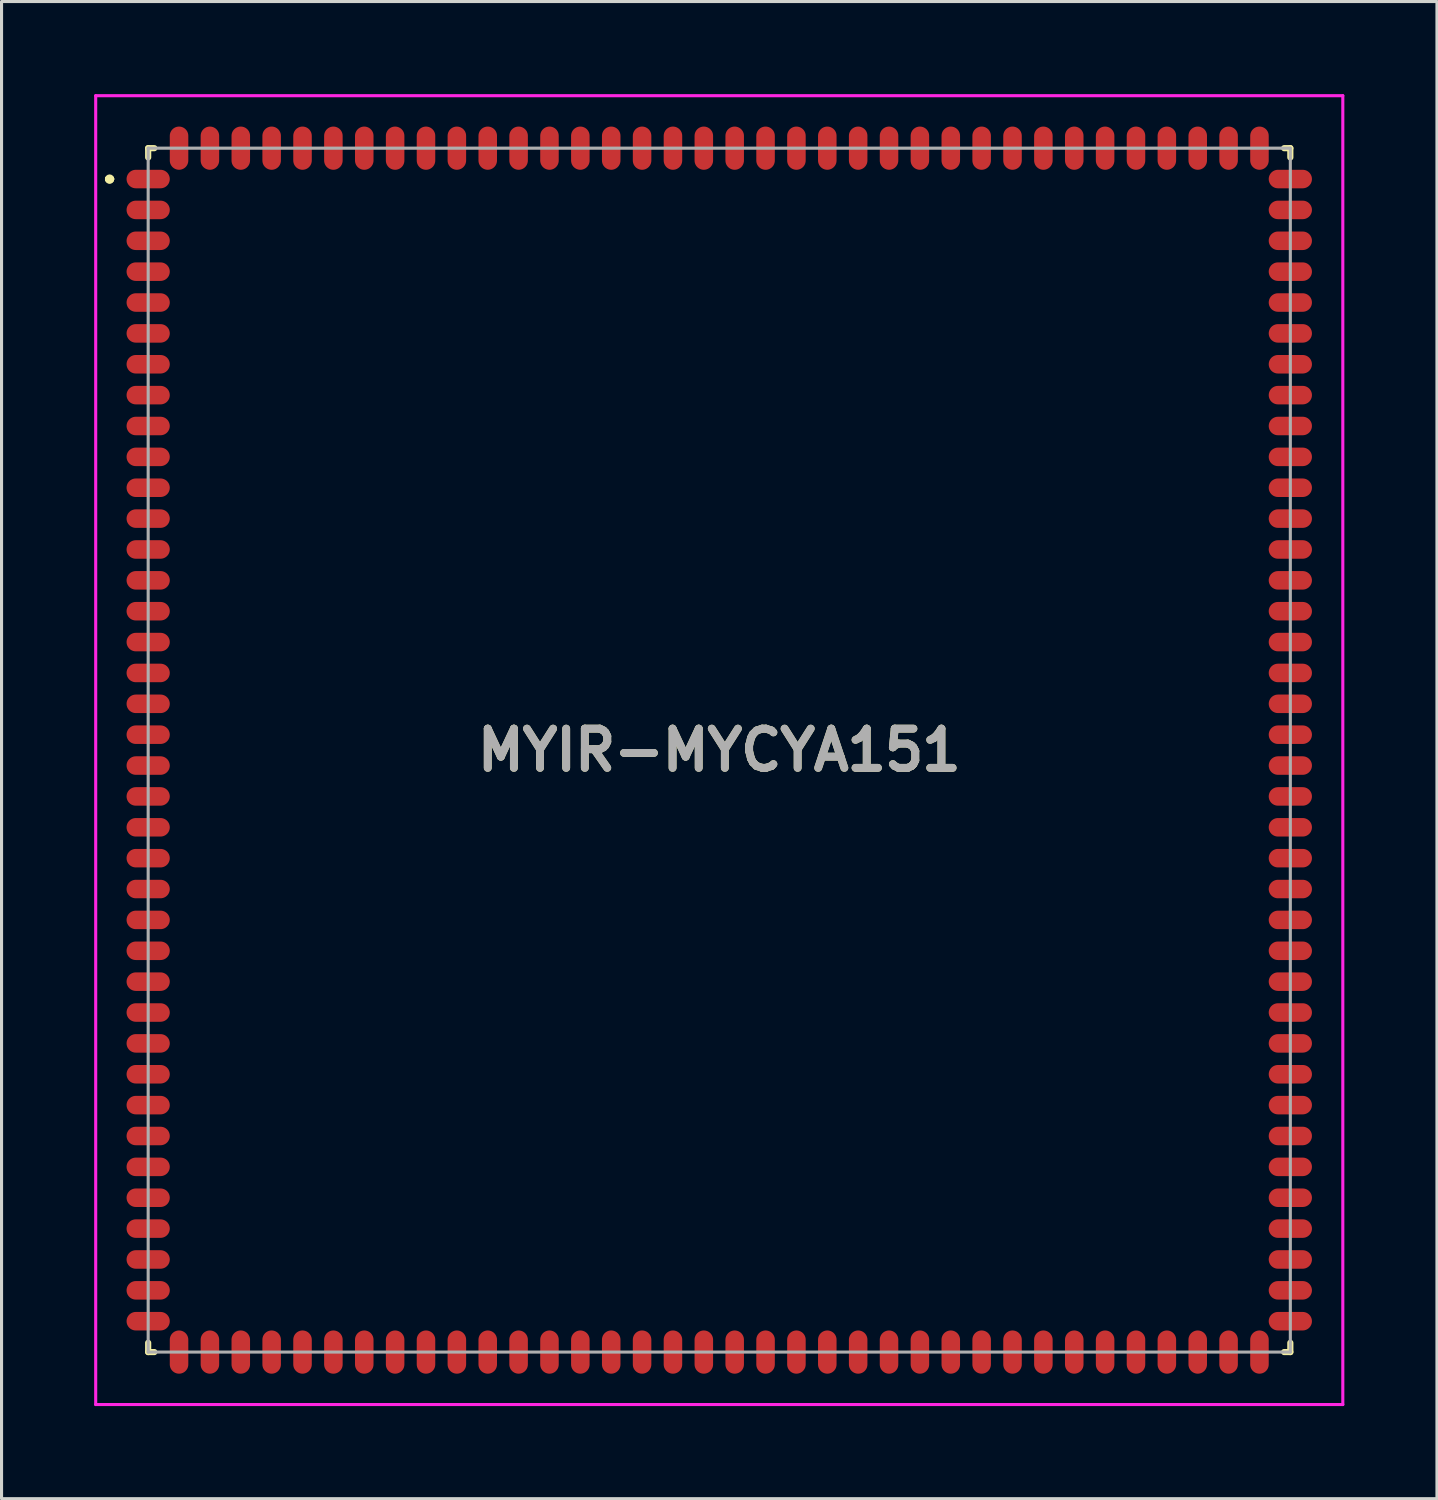
<source format=kicad_pcb>
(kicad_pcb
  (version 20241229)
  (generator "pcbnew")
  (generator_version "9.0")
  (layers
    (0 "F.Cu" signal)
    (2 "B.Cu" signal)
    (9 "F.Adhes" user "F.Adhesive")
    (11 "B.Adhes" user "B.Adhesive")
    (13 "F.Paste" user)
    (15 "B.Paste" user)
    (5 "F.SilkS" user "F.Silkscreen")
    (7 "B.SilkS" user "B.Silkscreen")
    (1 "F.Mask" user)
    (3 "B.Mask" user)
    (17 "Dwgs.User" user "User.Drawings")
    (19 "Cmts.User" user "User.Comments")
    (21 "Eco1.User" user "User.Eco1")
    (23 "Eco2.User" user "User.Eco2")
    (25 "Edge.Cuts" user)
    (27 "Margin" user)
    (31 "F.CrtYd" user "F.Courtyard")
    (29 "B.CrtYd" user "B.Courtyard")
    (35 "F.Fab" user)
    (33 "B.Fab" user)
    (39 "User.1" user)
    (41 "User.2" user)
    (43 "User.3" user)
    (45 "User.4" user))
  (footprint "MYIR-MYCYA151"
    (layer "F.Cu")
    (at 20.25 21.25)
    (property "Reference" "MYIR-MYCYA151" (at 0 0 0) (layer "F.SilkS") (effects (font (size 1.27 1.27) (thickness 0.254))))
    (attr smd)
    (fp_line (start -19.8 -18.5) (end -19.8 -18.5) (stroke (width 0.2) (type solid)) (layer "F.SilkS"))
    (fp_line (start -19.8 -18.5) (end -19.8 -18.5) (stroke (width 0.2) (type solid)) (layer "F.SilkS"))
    (fp_line (start -19.7 -18.5) (end -19.7 -18.5) (stroke (width 0.2) (type solid)) (layer "F.SilkS"))
    (fp_line (start -18.5 -19.5) (end -18.5 -19.2) (stroke (width 0.2) (type solid)) (layer "F.SilkS"))
    (fp_line (start -18.5 19.2) (end -18.5 19.5) (stroke (width 0.2) (type solid)) (layer "F.SilkS"))
    (fp_line (start -18.5 19.5) (end -18.3 19.5) (stroke (width 0.2) (type solid)) (layer "F.SilkS"))
    (fp_line (start -18.3 -19.5) (end -18.5 -19.5) (stroke (width 0.2) (type solid)) (layer "F.SilkS"))
    (fp_line (start 18.3 -19.5) (end 18.5 -19.5) (stroke (width 0.2) (type solid)) (layer "F.SilkS"))
    (fp_line (start 18.3 19.5) (end 18.5 19.5) (stroke (width 0.2) (type solid)) (layer "F.SilkS"))
    (fp_line (start 18.5 -19.5) (end 18.5 -19.2) (stroke (width 0.2) (type solid)) (layer "F.SilkS"))
    (fp_line (start 18.5 19.5) (end 18.5 19.2) (stroke (width 0.2) (type solid)) (layer "F.SilkS"))
    (fp_arc (start -19.8 -18.5) (mid -19.75 -18.55) (end -19.7 -18.5) (stroke (width 0.2) (type solid)) (layer "F.SilkS"))
    (fp_arc (start -19.7 -18.5) (mid -19.75 -18.45) (end -19.8 -18.5) (stroke (width 0.2) (type solid)) (layer "F.SilkS"))
    (fp_arc (start -19.7 -18.5) (mid -19.75 -18.45) (end -19.8 -18.5) (stroke (width 0.2) (type solid)) (layer "F.SilkS"))
    (fp_line (start -20.2 -21.2) (end 20.2 -21.2) (stroke (width 0.1) (type solid)) (layer "F.CrtYd"))
    (fp_line (start -20.2 21.2) (end -20.2 -21.2) (stroke (width 0.1) (type solid)) (layer "F.CrtYd"))
    (fp_line (start 20.2 -21.2) (end 20.2 21.2) (stroke (width 0.1) (type solid)) (layer "F.CrtYd"))
    (fp_line (start 20.2 21.2) (end -20.2 21.2) (stroke (width 0.1) (type solid)) (layer "F.CrtYd"))
    (fp_line (start -18.5 -19.5) (end -18.5 19.5) (stroke (width 0.1) (type solid)) (layer "F.Fab"))
    (fp_line (start -18.5 19.5) (end 18.5 19.5) (stroke (width 0.1) (type solid)) (layer "F.Fab"))
    (fp_line (start 18.5 -19.5) (end -18.5 -19.5) (stroke (width 0.1) (type solid)) (layer "F.Fab"))
    (fp_line (start 18.5 19.5) (end 18.5 -19.5) (stroke (width 0.1) (type solid)) (layer "F.Fab"))
    (fp_text user "${REFERENCE}" (at 0 0 0) (layer "F.Fab") (effects (font (size 1.27 1.27) (thickness 0.254))))
    (pad "1" smd oval (at -18.5 -18.5 90) (size 0.6 1.4) (layers "F.Cu" "F.Mask" "F.Paste"))
    (pad "2" smd oval (at -18.5 -17.5 90) (size 0.6 1.4) (layers "F.Cu" "F.Mask" "F.Paste"))
    (pad "3" smd oval (at -18.5 -16.5 90) (size 0.6 1.4) (layers "F.Cu" "F.Mask" "F.Paste"))
    (pad "4" smd oval (at -18.5 -15.5 90) (size 0.6 1.4) (layers "F.Cu" "F.Mask" "F.Paste"))
    (pad "5" smd oval (at -18.5 -14.5 90) (size 0.6 1.4) (layers "F.Cu" "F.Mask" "F.Paste"))
    (pad "6" smd oval (at -18.5 -13.5 90) (size 0.6 1.4) (layers "F.Cu" "F.Mask" "F.Paste"))
    (pad "7" smd oval (at -18.5 -12.5 90) (size 0.6 1.4) (layers "F.Cu" "F.Mask" "F.Paste"))
    (pad "8" smd oval (at -18.5 -11.5 90) (size 0.6 1.4) (layers "F.Cu" "F.Mask" "F.Paste"))
    (pad "9" smd oval (at -18.5 -10.5 90) (size 0.6 1.4) (layers "F.Cu" "F.Mask" "F.Paste"))
    (pad "10" smd oval (at -18.5 -9.5 90) (size 0.6 1.4) (layers "F.Cu" "F.Mask" "F.Paste"))
    (pad "11" smd oval (at -18.5 -8.5 90) (size 0.6 1.4) (layers "F.Cu" "F.Mask" "F.Paste"))
    (pad "12" smd oval (at -18.5 -7.5 90) (size 0.6 1.4) (layers "F.Cu" "F.Mask" "F.Paste"))
    (pad "13" smd oval (at -18.5 -6.5 90) (size 0.6 1.4) (layers "F.Cu" "F.Mask" "F.Paste"))
    (pad "14" smd oval (at -18.5 -5.5 90) (size 0.6 1.4) (layers "F.Cu" "F.Mask" "F.Paste"))
    (pad "15" smd oval (at -18.5 -4.5 90) (size 0.6 1.4) (layers "F.Cu" "F.Mask" "F.Paste"))
    (pad "16" smd oval (at -18.5 -3.5 90) (size 0.6 1.4) (layers "F.Cu" "F.Mask" "F.Paste"))
    (pad "17" smd oval (at -18.5 -2.5 90) (size 0.6 1.4) (layers "F.Cu" "F.Mask" "F.Paste"))
    (pad "18" smd oval (at -18.5 -1.5 90) (size 0.6 1.4) (layers "F.Cu" "F.Mask" "F.Paste"))
    (pad "19" smd oval (at -18.5 -0.5 90) (size 0.6 1.4) (layers "F.Cu" "F.Mask" "F.Paste"))
    (pad "20" smd oval (at -18.5 0.5 90) (size 0.6 1.4) (layers "F.Cu" "F.Mask" "F.Paste"))
    (pad "21" smd oval (at -18.5 1.5 90) (size 0.6 1.4) (layers "F.Cu" "F.Mask" "F.Paste"))
    (pad "22" smd oval (at -18.5 2.5 90) (size 0.6 1.4) (layers "F.Cu" "F.Mask" "F.Paste"))
    (pad "23" smd oval (at -18.5 3.5 90) (size 0.6 1.4) (layers "F.Cu" "F.Mask" "F.Paste"))
    (pad "24" smd oval (at -18.5 4.5 90) (size 0.6 1.4) (layers "F.Cu" "F.Mask" "F.Paste"))
    (pad "25" smd oval (at -18.5 5.5 90) (size 0.6 1.4) (layers "F.Cu" "F.Mask" "F.Paste"))
    (pad "26" smd oval (at -18.5 6.5 90) (size 0.6 1.4) (layers "F.Cu" "F.Mask" "F.Paste"))
    (pad "27" smd oval (at -18.5 7.5 90) (size 0.6 1.4) (layers "F.Cu" "F.Mask" "F.Paste"))
    (pad "28" smd oval (at -18.5 8.5 90) (size 0.6 1.4) (layers "F.Cu" "F.Mask" "F.Paste"))
    (pad "29" smd oval (at -18.5 9.5 90) (size 0.6 1.4) (layers "F.Cu" "F.Mask" "F.Paste"))
    (pad "30" smd oval (at -18.5 10.5 90) (size 0.6 1.4) (layers "F.Cu" "F.Mask" "F.Paste"))
    (pad "31" smd oval (at -18.5 11.5 90) (size 0.6 1.4) (layers "F.Cu" "F.Mask" "F.Paste"))
    (pad "32" smd oval (at -18.5 12.5 90) (size 0.6 1.4) (layers "F.Cu" "F.Mask" "F.Paste"))
    (pad "33" smd oval (at -18.5 13.5 90) (size 0.6 1.4) (layers "F.Cu" "F.Mask" "F.Paste"))
    (pad "34" smd oval (at -18.5 14.5 90) (size 0.6 1.4) (layers "F.Cu" "F.Mask" "F.Paste"))
    (pad "35" smd oval (at -18.5 15.5 90) (size 0.6 1.4) (layers "F.Cu" "F.Mask" "F.Paste"))
    (pad "36" smd oval (at -18.5 16.5 90) (size 0.6 1.4) (layers "F.Cu" "F.Mask" "F.Paste"))
    (pad "37" smd oval (at -18.5 17.5 90) (size 0.6 1.4) (layers "F.Cu" "F.Mask" "F.Paste"))
    (pad "38" smd oval (at -18.5 18.5 90) (size 0.6 1.4) (layers "F.Cu" "F.Mask" "F.Paste"))
    (pad "39" smd oval (at -17.5 19.5) (size 0.6 1.4) (layers "F.Cu" "F.Mask" "F.Paste"))
    (pad "40" smd oval (at -16.5 19.5) (size 0.6 1.4) (layers "F.Cu" "F.Mask" "F.Paste"))
    (pad "41" smd oval (at -15.5 19.5) (size 0.6 1.4) (layers "F.Cu" "F.Mask" "F.Paste"))
    (pad "42" smd oval (at -14.5 19.5) (size 0.6 1.4) (layers "F.Cu" "F.Mask" "F.Paste"))
    (pad "43" smd oval (at -13.5 19.5) (size 0.6 1.4) (layers "F.Cu" "F.Mask" "F.Paste"))
    (pad "44" smd oval (at -12.5 19.5) (size 0.6 1.4) (layers "F.Cu" "F.Mask" "F.Paste"))
    (pad "45" smd oval (at -11.5 19.5) (size 0.6 1.4) (layers "F.Cu" "F.Mask" "F.Paste"))
    (pad "46" smd oval (at -10.5 19.5) (size 0.6 1.4) (layers "F.Cu" "F.Mask" "F.Paste"))
    (pad "47" smd oval (at -9.5 19.5) (size 0.6 1.4) (layers "F.Cu" "F.Mask" "F.Paste"))
    (pad "48" smd oval (at -8.5 19.5) (size 0.6 1.4) (layers "F.Cu" "F.Mask" "F.Paste"))
    (pad "49" smd oval (at -7.5 19.5) (size 0.6 1.4) (layers "F.Cu" "F.Mask" "F.Paste"))
    (pad "50" smd oval (at -6.5 19.5) (size 0.6 1.4) (layers "F.Cu" "F.Mask" "F.Paste"))
    (pad "51" smd oval (at -5.5 19.5) (size 0.6 1.4) (layers "F.Cu" "F.Mask" "F.Paste"))
    (pad "52" smd oval (at -4.5 19.5) (size 0.6 1.4) (layers "F.Cu" "F.Mask" "F.Paste"))
    (pad "53" smd oval (at -3.5 19.5) (size 0.6 1.4) (layers "F.Cu" "F.Mask" "F.Paste"))
    (pad "54" smd oval (at -2.5 19.5) (size 0.6 1.4) (layers "F.Cu" "F.Mask" "F.Paste"))
    (pad "55" smd oval (at -1.5 19.5) (size 0.6 1.4) (layers "F.Cu" "F.Mask" "F.Paste"))
    (pad "56" smd oval (at -0.5 19.5) (size 0.6 1.4) (layers "F.Cu" "F.Mask" "F.Paste"))
    (pad "57" smd oval (at 0.5 19.5) (size 0.6 1.4) (layers "F.Cu" "F.Mask" "F.Paste"))
    (pad "58" smd oval (at 1.5 19.5) (size 0.6 1.4) (layers "F.Cu" "F.Mask" "F.Paste"))
    (pad "59" smd oval (at 2.5 19.5) (size 0.6 1.4) (layers "F.Cu" "F.Mask" "F.Paste"))
    (pad "60" smd oval (at 3.5 19.5) (size 0.6 1.4) (layers "F.Cu" "F.Mask" "F.Paste"))
    (pad "61" smd oval (at 4.5 19.5) (size 0.6 1.4) (layers "F.Cu" "F.Mask" "F.Paste"))
    (pad "62" smd oval (at 5.5 19.5) (size 0.6 1.4) (layers "F.Cu" "F.Mask" "F.Paste"))
    (pad "63" smd oval (at 6.5 19.5) (size 0.6 1.4) (layers "F.Cu" "F.Mask" "F.Paste"))
    (pad "64" smd oval (at 7.5 19.5) (size 0.6 1.4) (layers "F.Cu" "F.Mask" "F.Paste"))
    (pad "65" smd oval (at 8.5 19.5) (size 0.6 1.4) (layers "F.Cu" "F.Mask" "F.Paste"))
    (pad "66" smd oval (at 9.5 19.5) (size 0.6 1.4) (layers "F.Cu" "F.Mask" "F.Paste"))
    (pad "67" smd oval (at 10.5 19.5) (size 0.6 1.4) (layers "F.Cu" "F.Mask" "F.Paste"))
    (pad "68" smd oval (at 11.5 19.5) (size 0.6 1.4) (layers "F.Cu" "F.Mask" "F.Paste"))
    (pad "69" smd oval (at 12.5 19.5) (size 0.6 1.4) (layers "F.Cu" "F.Mask" "F.Paste"))
    (pad "70" smd oval (at 13.5 19.5) (size 0.6 1.4) (layers "F.Cu" "F.Mask" "F.Paste"))
    (pad "71" smd oval (at 14.5 19.5) (size 0.6 1.4) (layers "F.Cu" "F.Mask" "F.Paste"))
    (pad "72" smd oval (at 15.5 19.5) (size 0.6 1.4) (layers "F.Cu" "F.Mask" "F.Paste"))
    (pad "73" smd oval (at 16.5 19.5) (size 0.6 1.4) (layers "F.Cu" "F.Mask" "F.Paste"))
    (pad "74" smd oval (at 17.5 19.5) (size 0.6 1.4) (layers "F.Cu" "F.Mask" "F.Paste"))
    (pad "75" smd oval (at 18.5 18.5 90) (size 0.6 1.4) (layers "F.Cu" "F.Mask" "F.Paste"))
    (pad "76" smd oval (at 18.5 17.5 90) (size 0.6 1.4) (layers "F.Cu" "F.Mask" "F.Paste"))
    (pad "77" smd oval (at 18.5 16.5 90) (size 0.6 1.4) (layers "F.Cu" "F.Mask" "F.Paste"))
    (pad "78" smd oval (at 18.5 15.5 90) (size 0.6 1.4) (layers "F.Cu" "F.Mask" "F.Paste"))
    (pad "79" smd oval (at 18.5 14.5 90) (size 0.6 1.4) (layers "F.Cu" "F.Mask" "F.Paste"))
    (pad "80" smd oval (at 18.5 13.5 90) (size 0.6 1.4) (layers "F.Cu" "F.Mask" "F.Paste"))
    (pad "81" smd oval (at 18.5 12.5 90) (size 0.6 1.4) (layers "F.Cu" "F.Mask" "F.Paste"))
    (pad "82" smd oval (at 18.5 11.5 90) (size 0.6 1.4) (layers "F.Cu" "F.Mask" "F.Paste"))
    (pad "83" smd oval (at 18.5 10.5 90) (size 0.6 1.4) (layers "F.Cu" "F.Mask" "F.Paste"))
    (pad "84" smd oval (at 18.5 9.5 90) (size 0.6 1.4) (layers "F.Cu" "F.Mask" "F.Paste"))
    (pad "85" smd oval (at 18.5 8.5 90) (size 0.6 1.4) (layers "F.Cu" "F.Mask" "F.Paste"))
    (pad "86" smd oval (at 18.5 7.5 90) (size 0.6 1.4) (layers "F.Cu" "F.Mask" "F.Paste"))
    (pad "87" smd oval (at 18.5 6.5 90) (size 0.6 1.4) (layers "F.Cu" "F.Mask" "F.Paste"))
    (pad "88" smd oval (at 18.5 5.5 90) (size 0.6 1.4) (layers "F.Cu" "F.Mask" "F.Paste"))
    (pad "89" smd oval (at 18.5 4.5 90) (size 0.6 1.4) (layers "F.Cu" "F.Mask" "F.Paste"))
    (pad "90" smd oval (at 18.5 3.5 90) (size 0.6 1.4) (layers "F.Cu" "F.Mask" "F.Paste"))
    (pad "91" smd oval (at 18.5 2.5 90) (size 0.6 1.4) (layers "F.Cu" "F.Mask" "F.Paste"))
    (pad "92" smd oval (at 18.5 1.5 90) (size 0.6 1.4) (layers "F.Cu" "F.Mask" "F.Paste"))
    (pad "93" smd oval (at 18.5 0.5 90) (size 0.6 1.4) (layers "F.Cu" "F.Mask" "F.Paste"))
    (pad "94" smd oval (at 18.5 -0.5 90) (size 0.6 1.4) (layers "F.Cu" "F.Mask" "F.Paste"))
    (pad "95" smd oval (at 18.5 -1.5 90) (size 0.6 1.4) (layers "F.Cu" "F.Mask" "F.Paste"))
    (pad "96" smd oval (at 18.5 -2.5 90) (size 0.6 1.4) (layers "F.Cu" "F.Mask" "F.Paste"))
    (pad "97" smd oval (at 18.5 -3.5 90) (size 0.6 1.4) (layers "F.Cu" "F.Mask" "F.Paste"))
    (pad "98" smd oval (at 18.5 -4.5 90) (size 0.6 1.4) (layers "F.Cu" "F.Mask" "F.Paste"))
    (pad "99" smd oval (at 18.5 -5.5 90) (size 0.6 1.4) (layers "F.Cu" "F.Mask" "F.Paste"))
    (pad "100" smd oval (at 18.5 -6.5 90) (size 0.6 1.4) (layers "F.Cu" "F.Mask" "F.Paste"))
    (pad "101" smd oval (at 18.5 -7.5 90) (size 0.6 1.4) (layers "F.Cu" "F.Mask" "F.Paste"))
    (pad "102" smd oval (at 18.5 -8.5 90) (size 0.6 1.4) (layers "F.Cu" "F.Mask" "F.Paste"))
    (pad "103" smd oval (at 18.5 -9.5 90) (size 0.6 1.4) (layers "F.Cu" "F.Mask" "F.Paste"))
    (pad "104" smd oval (at 18.5 -10.5 90) (size 0.6 1.4) (layers "F.Cu" "F.Mask" "F.Paste"))
    (pad "105" smd oval (at 18.5 -11.5 90) (size 0.6 1.4) (layers "F.Cu" "F.Mask" "F.Paste"))
    (pad "106" smd oval (at 18.5 -12.5 90) (size 0.6 1.4) (layers "F.Cu" "F.Mask" "F.Paste"))
    (pad "107" smd oval (at 18.5 -13.5 90) (size 0.6 1.4) (layers "F.Cu" "F.Mask" "F.Paste"))
    (pad "108" smd oval (at 18.5 -14.5 90) (size 0.6 1.4) (layers "F.Cu" "F.Mask" "F.Paste"))
    (pad "109" smd oval (at 18.5 -15.5 90) (size 0.6 1.4) (layers "F.Cu" "F.Mask" "F.Paste"))
    (pad "110" smd oval (at 18.5 -16.5 90) (size 0.6 1.4) (layers "F.Cu" "F.Mask" "F.Paste"))
    (pad "111" smd oval (at 18.5 -17.5 90) (size 0.6 1.4) (layers "F.Cu" "F.Mask" "F.Paste"))
    (pad "112" smd oval (at 18.5 -18.5 90) (size 0.6 1.4) (layers "F.Cu" "F.Mask" "F.Paste"))
    (pad "113" smd oval (at 17.5 -19.5) (size 0.6 1.4) (layers "F.Cu" "F.Mask" "F.Paste"))
    (pad "114" smd oval (at 16.5 -19.5) (size 0.6 1.4) (layers "F.Cu" "F.Mask" "F.Paste"))
    (pad "115" smd oval (at 15.5 -19.5) (size 0.6 1.4) (layers "F.Cu" "F.Mask" "F.Paste"))
    (pad "116" smd oval (at 14.5 -19.5) (size 0.6 1.4) (layers "F.Cu" "F.Mask" "F.Paste"))
    (pad "117" smd oval (at 13.5 -19.5) (size 0.6 1.4) (layers "F.Cu" "F.Mask" "F.Paste"))
    (pad "118" smd oval (at 12.5 -19.5) (size 0.6 1.4) (layers "F.Cu" "F.Mask" "F.Paste"))
    (pad "119" smd oval (at 11.5 -19.5) (size 0.6 1.4) (layers "F.Cu" "F.Mask" "F.Paste"))
    (pad "120" smd oval (at 10.5 -19.5) (size 0.6 1.4) (layers "F.Cu" "F.Mask" "F.Paste"))
    (pad "121" smd oval (at 9.5 -19.5) (size 0.6 1.4) (layers "F.Cu" "F.Mask" "F.Paste"))
    (pad "122" smd oval (at 8.5 -19.5) (size 0.6 1.4) (layers "F.Cu" "F.Mask" "F.Paste"))
    (pad "123" smd oval (at 7.5 -19.5) (size 0.6 1.4) (layers "F.Cu" "F.Mask" "F.Paste"))
    (pad "124" smd oval (at 6.5 -19.5) (size 0.6 1.4) (layers "F.Cu" "F.Mask" "F.Paste"))
    (pad "125" smd oval (at 5.5 -19.5) (size 0.6 1.4) (layers "F.Cu" "F.Mask" "F.Paste"))
    (pad "126" smd oval (at 4.5 -19.5) (size 0.6 1.4) (layers "F.Cu" "F.Mask" "F.Paste"))
    (pad "127" smd oval (at 3.5 -19.5) (size 0.6 1.4) (layers "F.Cu" "F.Mask" "F.Paste"))
    (pad "128" smd oval (at 2.5 -19.5) (size 0.6 1.4) (layers "F.Cu" "F.Mask" "F.Paste"))
    (pad "129" smd oval (at 1.5 -19.5) (size 0.6 1.4) (layers "F.Cu" "F.Mask" "F.Paste"))
    (pad "130" smd oval (at 0.5 -19.5) (size 0.6 1.4) (layers "F.Cu" "F.Mask" "F.Paste"))
    (pad "131" smd oval (at -0.5 -19.5) (size 0.6 1.4) (layers "F.Cu" "F.Mask" "F.Paste"))
    (pad "132" smd oval (at -1.5 -19.5) (size 0.6 1.4) (layers "F.Cu" "F.Mask" "F.Paste"))
    (pad "133" smd oval (at -2.5 -19.5) (size 0.6 1.4) (layers "F.Cu" "F.Mask" "F.Paste"))
    (pad "134" smd oval (at -3.5 -19.5) (size 0.6 1.4) (layers "F.Cu" "F.Mask" "F.Paste"))
    (pad "135" smd oval (at -4.5 -19.5) (size 0.6 1.4) (layers "F.Cu" "F.Mask" "F.Paste"))
    (pad "136" smd oval (at -5.5 -19.5) (size 0.6 1.4) (layers "F.Cu" "F.Mask" "F.Paste"))
    (pad "137" smd oval (at -6.5 -19.5) (size 0.6 1.4) (layers "F.Cu" "F.Mask" "F.Paste"))
    (pad "138" smd oval (at -7.5 -19.5) (size 0.6 1.4) (layers "F.Cu" "F.Mask" "F.Paste"))
    (pad "139" smd oval (at -8.5 -19.5) (size 0.6 1.4) (layers "F.Cu" "F.Mask" "F.Paste"))
    (pad "140" smd oval (at -9.5 -19.5) (size 0.6 1.4) (layers "F.Cu" "F.Mask" "F.Paste"))
    (pad "141" smd oval (at -10.5 -19.5) (size 0.6 1.4) (layers "F.Cu" "F.Mask" "F.Paste"))
    (pad "142" smd oval (at -11.5 -19.5) (size 0.6 1.4) (layers "F.Cu" "F.Mask" "F.Paste"))
    (pad "143" smd oval (at -12.5 -19.5) (size 0.6 1.4) (layers "F.Cu" "F.Mask" "F.Paste"))
    (pad "144" smd oval (at -13.5 -19.5) (size 0.6 1.4) (layers "F.Cu" "F.Mask" "F.Paste"))
    (pad "145" smd oval (at -14.5 -19.5) (size 0.6 1.4) (layers "F.Cu" "F.Mask" "F.Paste"))
    (pad "146" smd oval (at -15.5 -19.5) (size 0.6 1.4) (layers "F.Cu" "F.Mask" "F.Paste"))
    (pad "147" smd oval (at -16.5 -19.5) (size 0.6 1.4) (layers "F.Cu" "F.Mask" "F.Paste"))
    (pad "148" smd oval (at -17.5 -19.5) (size 0.6 1.4) (layers "F.Cu" "F.Mask" "F.Paste")))
  (gr_rect
    (start -3 -3)
    (end 43.5 45.5)
    (stroke (width 0.1) (type default))
    (fill no)
    (layer "Edge.Cuts")))
</source>
